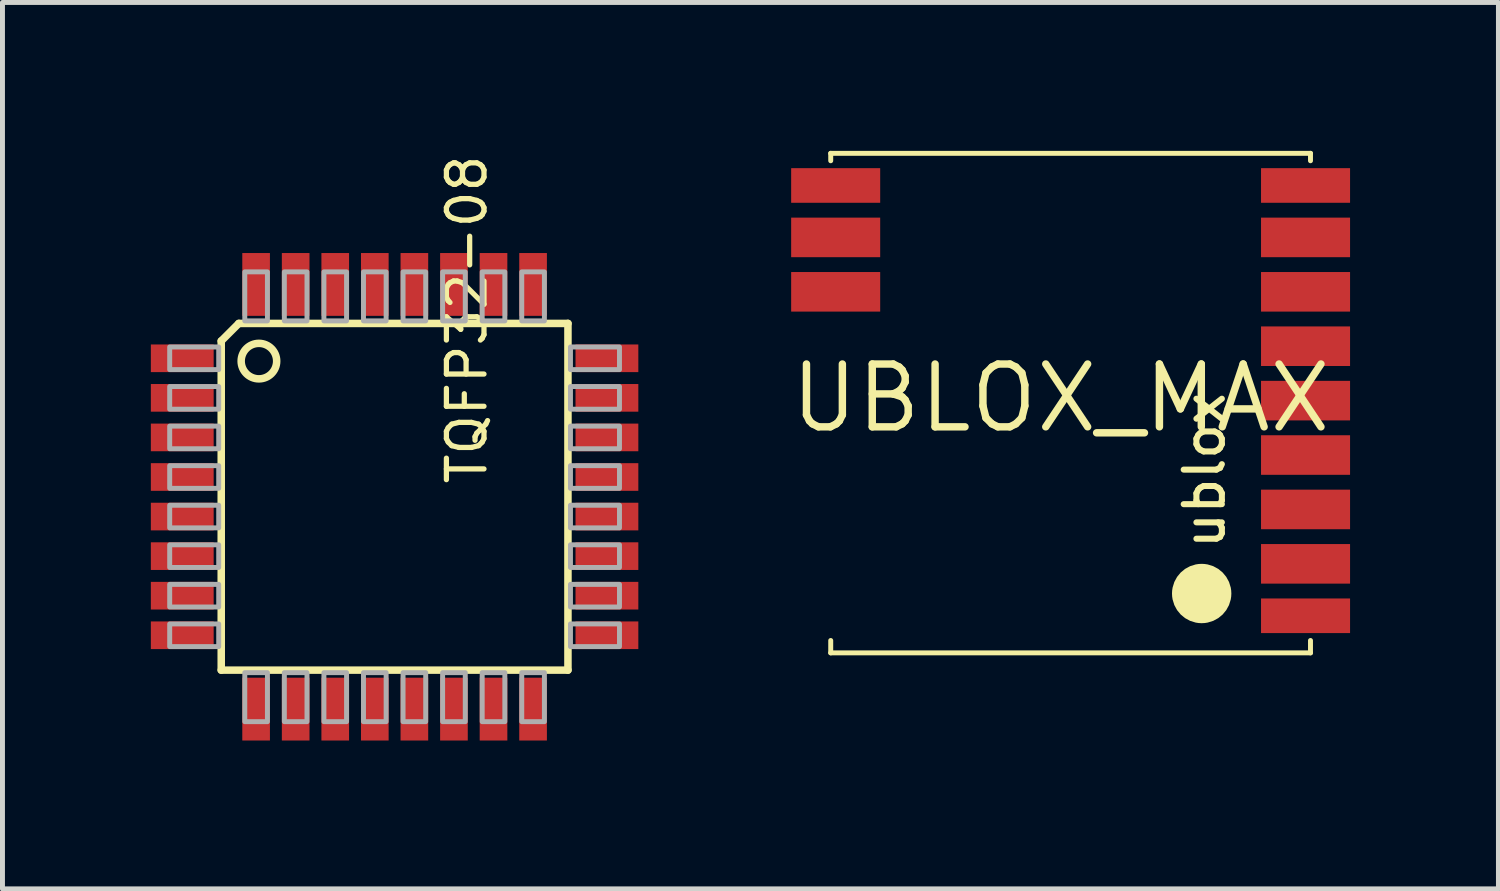
<source format=kicad_pcb>
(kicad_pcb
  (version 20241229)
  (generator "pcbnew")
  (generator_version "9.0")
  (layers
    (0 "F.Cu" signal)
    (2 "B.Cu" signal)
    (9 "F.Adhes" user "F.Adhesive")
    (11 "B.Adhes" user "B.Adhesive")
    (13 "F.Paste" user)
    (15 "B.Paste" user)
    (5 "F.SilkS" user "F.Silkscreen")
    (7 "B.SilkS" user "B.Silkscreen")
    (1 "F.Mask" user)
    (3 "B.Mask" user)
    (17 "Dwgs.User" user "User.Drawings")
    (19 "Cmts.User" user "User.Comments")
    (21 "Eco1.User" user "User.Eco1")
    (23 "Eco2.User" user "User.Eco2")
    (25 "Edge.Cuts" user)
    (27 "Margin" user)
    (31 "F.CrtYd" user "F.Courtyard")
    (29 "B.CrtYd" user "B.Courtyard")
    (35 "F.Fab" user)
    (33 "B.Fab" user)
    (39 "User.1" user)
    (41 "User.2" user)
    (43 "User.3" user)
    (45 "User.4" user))
  (footprint "TQFP32-08"
    (layer "F.Cu")
    (at 4.928 6.994)
    (property "Reference" "TQFP32-08" (at 1.906 -0.204 90) (layer "F.SilkS") (effects (font (size 0.76 0.76) (thickness 0.106)) (justify left bottom)))
    (attr through_hole)
    (fp_line (start -3.505 3.505) (end -3.505 -3.15) (stroke (width 0.152) (type solid)) (layer "F.SilkS"))
    (fp_line (start -3.15 -3.505) (end -3.505 -3.15) (stroke (width 0.152) (type solid)) (layer "F.SilkS"))
    (fp_line (start -3.15 -3.505) (end 3.505 -3.505) (stroke (width 0.152) (type solid)) (layer "F.SilkS"))
    (fp_line (start 3.505 -3.505) (end 3.505 3.505) (stroke (width 0.152) (type solid)) (layer "F.SilkS"))
    (fp_line (start 3.505 3.505) (end -3.505 3.505) (stroke (width 0.152) (type solid)) (layer "F.SilkS"))
    (fp_circle (center -2.743 -2.743) (end -2.384 -2.743) (stroke (width 0.152) (type solid)) (fill no) (layer "F.SilkS"))
    (fp_poly (pts (xy -4.547 -2.571) (xy -3.556 -2.571) (xy -3.556 -3.029) (xy -4.547 -3.029)) (stroke (width 0.1) (type solid)) (fill no) (layer "F.Fab"))
    (fp_poly (pts (xy -4.547 -1.771) (xy -3.556 -1.771) (xy -3.556 -2.229) (xy -4.547 -2.229)) (stroke (width 0.1) (type solid)) (fill no) (layer "F.Fab"))
    (fp_poly (pts (xy -4.547 -0.971) (xy -3.556 -0.971) (xy -3.556 -1.429) (xy -4.547 -1.429)) (stroke (width 0.1) (type solid)) (fill no) (layer "F.Fab"))
    (fp_poly (pts (xy -4.547 -0.171) (xy -3.556 -0.171) (xy -3.556 -0.629) (xy -4.547 -0.629)) (stroke (width 0.1) (type solid)) (fill no) (layer "F.Fab"))
    (fp_poly (pts (xy -4.547 0.629) (xy -3.556 0.629) (xy -3.556 0.171) (xy -4.547 0.171)) (stroke (width 0.1) (type solid)) (fill no) (layer "F.Fab"))
    (fp_poly (pts (xy -4.547 1.429) (xy -3.556 1.429) (xy -3.556 0.971) (xy -4.547 0.971)) (stroke (width 0.1) (type solid)) (fill no) (layer "F.Fab"))
    (fp_poly (pts (xy -4.547 2.229) (xy -3.556 2.229) (xy -3.556 1.771) (xy -4.547 1.771)) (stroke (width 0.1) (type solid)) (fill no) (layer "F.Fab"))
    (fp_poly (pts (xy -4.547 3.029) (xy -3.556 3.029) (xy -3.556 2.571) (xy -4.547 2.571)) (stroke (width 0.1) (type solid)) (fill no) (layer "F.Fab"))
    (fp_poly (pts (xy -3.029 -3.556) (xy -2.571 -3.556) (xy -2.571 -4.547) (xy -3.029 -4.547)) (stroke (width 0.1) (type solid)) (fill no) (layer "F.Fab"))
    (fp_poly (pts (xy -3.029 4.547) (xy -2.571 4.547) (xy -2.571 3.556) (xy -3.029 3.556)) (stroke (width 0.1) (type solid)) (fill no) (layer "F.Fab"))
    (fp_poly (pts (xy -2.229 -3.556) (xy -1.771 -3.556) (xy -1.771 -4.547) (xy -2.229 -4.547)) (stroke (width 0.1) (type solid)) (fill no) (layer "F.Fab"))
    (fp_poly (pts (xy -2.229 4.547) (xy -1.771 4.547) (xy -1.771 3.556) (xy -2.229 3.556)) (stroke (width 0.1) (type solid)) (fill no) (layer "F.Fab"))
    (fp_poly (pts (xy -1.429 -3.556) (xy -0.971 -3.556) (xy -0.971 -4.547) (xy -1.429 -4.547)) (stroke (width 0.1) (type solid)) (fill no) (layer "F.Fab"))
    (fp_poly (pts (xy -1.429 4.547) (xy -0.971 4.547) (xy -0.971 3.556) (xy -1.429 3.556)) (stroke (width 0.1) (type solid)) (fill no) (layer "F.Fab"))
    (fp_poly (pts (xy -0.629 -3.556) (xy -0.171 -3.556) (xy -0.171 -4.547) (xy -0.629 -4.547)) (stroke (width 0.1) (type solid)) (fill no) (layer "F.Fab"))
    (fp_poly (pts (xy -0.629 4.547) (xy -0.171 4.547) (xy -0.171 3.556) (xy -0.629 3.556)) (stroke (width 0.1) (type solid)) (fill no) (layer "F.Fab"))
    (fp_poly (pts (xy 0.171 -3.556) (xy 0.629 -3.556) (xy 0.629 -4.547) (xy 0.171 -4.547)) (stroke (width 0.1) (type solid)) (fill no) (layer "F.Fab"))
    (fp_poly (pts (xy 0.171 4.547) (xy 0.629 4.547) (xy 0.629 3.556) (xy 0.171 3.556)) (stroke (width 0.1) (type solid)) (fill no) (layer "F.Fab"))
    (fp_poly (pts (xy 0.971 -3.556) (xy 1.429 -3.556) (xy 1.429 -4.547) (xy 0.971 -4.547)) (stroke (width 0.1) (type solid)) (fill no) (layer "F.Fab"))
    (fp_poly (pts (xy 0.971 4.547) (xy 1.429 4.547) (xy 1.429 3.556) (xy 0.971 3.556)) (stroke (width 0.1) (type solid)) (fill no) (layer "F.Fab"))
    (fp_poly (pts (xy 1.771 -3.556) (xy 2.229 -3.556) (xy 2.229 -4.547) (xy 1.771 -4.547)) (stroke (width 0.1) (type solid)) (fill no) (layer "F.Fab"))
    (fp_poly (pts (xy 1.771 4.547) (xy 2.229 4.547) (xy 2.229 3.556) (xy 1.771 3.556)) (stroke (width 0.1) (type solid)) (fill no) (layer "F.Fab"))
    (fp_poly (pts (xy 2.571 -3.556) (xy 3.029 -3.556) (xy 3.029 -4.547) (xy 2.571 -4.547)) (stroke (width 0.1) (type solid)) (fill no) (layer "F.Fab"))
    (fp_poly (pts (xy 2.571 4.547) (xy 3.029 4.547) (xy 3.029 3.556) (xy 2.571 3.556)) (stroke (width 0.1) (type solid)) (fill no) (layer "F.Fab"))
    (fp_poly (pts (xy 3.556 -2.571) (xy 4.547 -2.571) (xy 4.547 -3.029) (xy 3.556 -3.029)) (stroke (width 0.1) (type solid)) (fill no) (layer "F.Fab"))
    (fp_poly (pts (xy 3.556 -1.771) (xy 4.547 -1.771) (xy 4.547 -2.229) (xy 3.556 -2.229)) (stroke (width 0.1) (type solid)) (fill no) (layer "F.Fab"))
    (fp_poly (pts (xy 3.556 -0.971) (xy 4.547 -0.971) (xy 4.547 -1.429) (xy 3.556 -1.429)) (stroke (width 0.1) (type solid)) (fill no) (layer "F.Fab"))
    (fp_poly (pts (xy 3.556 -0.171) (xy 4.547 -0.171) (xy 4.547 -0.629) (xy 3.556 -0.629)) (stroke (width 0.1) (type solid)) (fill no) (layer "F.Fab"))
    (fp_poly (pts (xy 3.556 0.629) (xy 4.547 0.629) (xy 4.547 0.171) (xy 3.556 0.171)) (stroke (width 0.1) (type solid)) (fill no) (layer "F.Fab"))
    (fp_poly (pts (xy 3.556 1.429) (xy 4.547 1.429) (xy 4.547 0.971) (xy 3.556 0.971)) (stroke (width 0.1) (type solid)) (fill no) (layer "F.Fab"))
    (fp_poly (pts (xy 3.556 2.229) (xy 4.547 2.229) (xy 4.547 1.771) (xy 3.556 1.771)) (stroke (width 0.1) (type solid)) (fill no) (layer "F.Fab"))
    (fp_poly (pts (xy 3.556 3.029) (xy 4.547 3.029) (xy 4.547 2.571) (xy 3.556 2.571)) (stroke (width 0.1) (type solid)) (fill no) (layer "F.Fab"))
    (pad "1" smd rect (at -4.293 -2.8) (size 1.27 0.559) (layers "F.Cu" "F.Mask" "F.Paste"))
    (pad "2" smd rect (at -4.293 -2) (size 1.27 0.559) (layers "F.Cu" "F.Mask" "F.Paste"))
    (pad "3" smd rect (at -4.293 -1.2) (size 1.27 0.559) (layers "F.Cu" "F.Mask" "F.Paste"))
    (pad "4" smd rect (at -4.293 -0.4) (size 1.27 0.559) (layers "F.Cu" "F.Mask" "F.Paste"))
    (pad "5" smd rect (at -4.293 0.4) (size 1.27 0.559) (layers "F.Cu" "F.Mask" "F.Paste"))
    (pad "6" smd rect (at -4.293 1.2) (size 1.27 0.559) (layers "F.Cu" "F.Mask" "F.Paste"))
    (pad "7" smd rect (at -4.293 2) (size 1.27 0.559) (layers "F.Cu" "F.Mask" "F.Paste"))
    (pad "8" smd rect (at -4.293 2.8) (size 1.27 0.559) (layers "F.Cu" "F.Mask" "F.Paste"))
    (pad "9" smd rect (at -2.8 4.293) (size 0.559 1.27) (layers "F.Cu" "F.Mask" "F.Paste"))
    (pad "10" smd rect (at -2 4.293) (size 0.559 1.27) (layers "F.Cu" "F.Mask" "F.Paste"))
    (pad "11" smd rect (at -1.2 4.293) (size 0.559 1.27) (layers "F.Cu" "F.Mask" "F.Paste"))
    (pad "12" smd rect (at -0.4 4.293) (size 0.559 1.27) (layers "F.Cu" "F.Mask" "F.Paste"))
    (pad "13" smd rect (at 0.4 4.293) (size 0.559 1.27) (layers "F.Cu" "F.Mask" "F.Paste"))
    (pad "14" smd rect (at 1.2 4.293) (size 0.559 1.27) (layers "F.Cu" "F.Mask" "F.Paste"))
    (pad "15" smd rect (at 2 4.293) (size 0.559 1.27) (layers "F.Cu" "F.Mask" "F.Paste"))
    (pad "16" smd rect (at 2.8 4.293) (size 0.559 1.27) (layers "F.Cu" "F.Mask" "F.Paste"))
    (pad "17" smd rect (at 4.293 2.8) (size 1.27 0.559) (layers "F.Cu" "F.Mask" "F.Paste"))
    (pad "18" smd rect (at 4.293 2) (size 1.27 0.559) (layers "F.Cu" "F.Mask" "F.Paste"))
    (pad "19" smd rect (at 4.293 1.2) (size 1.27 0.559) (layers "F.Cu" "F.Mask" "F.Paste"))
    (pad "20" smd rect (at 4.293 0.4) (size 1.27 0.559) (layers "F.Cu" "F.Mask" "F.Paste"))
    (pad "21" smd rect (at 4.293 -0.4) (size 1.27 0.559) (layers "F.Cu" "F.Mask" "F.Paste"))
    (pad "22" smd rect (at 4.293 -1.2) (size 1.27 0.559) (layers "F.Cu" "F.Mask" "F.Paste"))
    (pad "23" smd rect (at 4.293 -2) (size 1.27 0.559) (layers "F.Cu" "F.Mask" "F.Paste"))
    (pad "24" smd rect (at 4.293 -2.8) (size 1.27 0.559) (layers "F.Cu" "F.Mask" "F.Paste"))
    (pad "25" smd rect (at 2.8 -4.293) (size 0.559 1.27) (layers "F.Cu" "F.Mask" "F.Paste"))
    (pad "26" smd rect (at 2 -4.293) (size 0.559 1.27) (layers "F.Cu" "F.Mask" "F.Paste"))
    (pad "27" smd rect (at 1.2 -4.293) (size 0.559 1.27) (layers "F.Cu" "F.Mask" "F.Paste"))
    (pad "28" smd rect (at 0.4 -4.293) (size 0.559 1.27) (layers "F.Cu" "F.Mask" "F.Paste"))
    (pad "29" smd rect (at -0.4 -4.293) (size 0.559 1.27) (layers "F.Cu" "F.Mask" "F.Paste"))
    (pad "30" smd rect (at -1.2 -4.293) (size 0.559 1.27) (layers "F.Cu" "F.Mask" "F.Paste"))
    (pad "31" smd rect (at -2 -4.293) (size 0.559 1.27) (layers "F.Cu" "F.Mask" "F.Paste"))
    (pad "32" smd rect (at -2.8 -4.293) (size 0.559 1.27) (layers "F.Cu" "F.Mask" "F.Paste")))
  (footprint "UBLOX_MAX"
    (layer "F.Cu")
    (at 18.396 5)
    (property "Reference" "UBLOX_MAX" (at 0 0 0) (layer "F.SilkS") (effects (font (size 1.27 1.27) (thickness 0.15))))
    (attr through_hole)
    (fp_line (start -4.65 -4.95) (end -4.65 -4.8) (stroke (width 0.1) (type solid)) (layer "F.SilkS"))
    (fp_line (start -4.65 -4.95) (end 5.05 -4.95) (stroke (width 0.1) (type solid)) (layer "F.SilkS"))
    (fp_line (start -4.65 4.9) (end -4.65 5.15) (stroke (width 0.1) (type solid)) (layer "F.SilkS"))
    (fp_line (start -4.65 5.15) (end 5.05 5.15) (stroke (width 0.1) (type solid)) (layer "F.SilkS"))
    (fp_line (start 5.05 -4.95) (end 5.05 -4.8) (stroke (width 0.1) (type solid)) (layer "F.SilkS"))
    (fp_line (start 5.05 4.9) (end 5.05 5.15) (stroke (width 0.1) (type solid)) (layer "F.SilkS"))
    (fp_circle (center 2.85 3.95) (end 3.15 3.95) (stroke (width 0.6) (type solid)) (fill no) (layer "F.SilkS"))
    (fp_text user "ublox" (at 3.359 3.106 90) (layer "F.SilkS") (effects (font (size 0.772 0.772) (thickness 0.122)) (justify left bottom)))
    (pad "1_GND" smd rect (at 4.95 4.4) (size 1.8 0.7) (layers "F.Cu" "F.Mask" "F.Paste"))
    (pad "2_TXD1" smd rect (at 4.95 3.35) (size 1.8 0.8) (layers "F.Cu" "F.Mask" "F.Paste"))
    (pad "3_RXD1" smd rect (at 4.95 2.25) (size 1.8 0.8) (layers "F.Cu" "F.Mask" "F.Paste"))
    (pad "4_TIMEPULSE" smd rect (at 4.95 1.15) (size 1.8 0.8) (layers "F.Cu" "F.Mask" "F.Paste"))
    (pad "5_EXTINT0" smd rect (at 4.95 0.05) (size 1.8 0.8) (layers "F.Cu" "F.Mask" "F.Paste"))
    (pad "6_V_BCKP" smd rect (at 4.95 -1.05) (size 1.8 0.8) (layers "F.Cu" "F.Mask" "F.Paste"))
    (pad "7_VCC_IO" smd rect (at 4.95 -2.15) (size 1.8 0.8) (layers "F.Cu" "F.Mask" "F.Paste"))
    (pad "8_VCC" smd rect (at 4.95 -3.25) (size 1.8 0.8) (layers "F.Cu" "F.Mask" "F.Paste"))
    (pad "9_V_RESET" smd rect (at 4.95 -4.3) (size 1.8 0.7) (layers "F.Cu" "F.Mask" "F.Paste"))
    (pad "10_GND" smd rect (at -4.55 -4.3) (size 1.8 0.7) (layers "F.Cu" "F.Mask" "F.Paste"))
    (pad "11_RF_IN" smd rect (at -4.55 -3.25) (size 1.8 0.8) (layers "F.Cu" "F.Mask" "F.Paste"))
    (pad "12_GND" smd rect (at -4.55 -2.15) (size 1.8 0.8) (layers "F.Cu" "F.Mask" "F.Paste")))
  (gr_rect
    (start -3 -3)
    (end 27.246 14.922)
    (stroke (width 0.1) (type default))
    (fill no)
    (layer "Edge.Cuts")))
</source>
